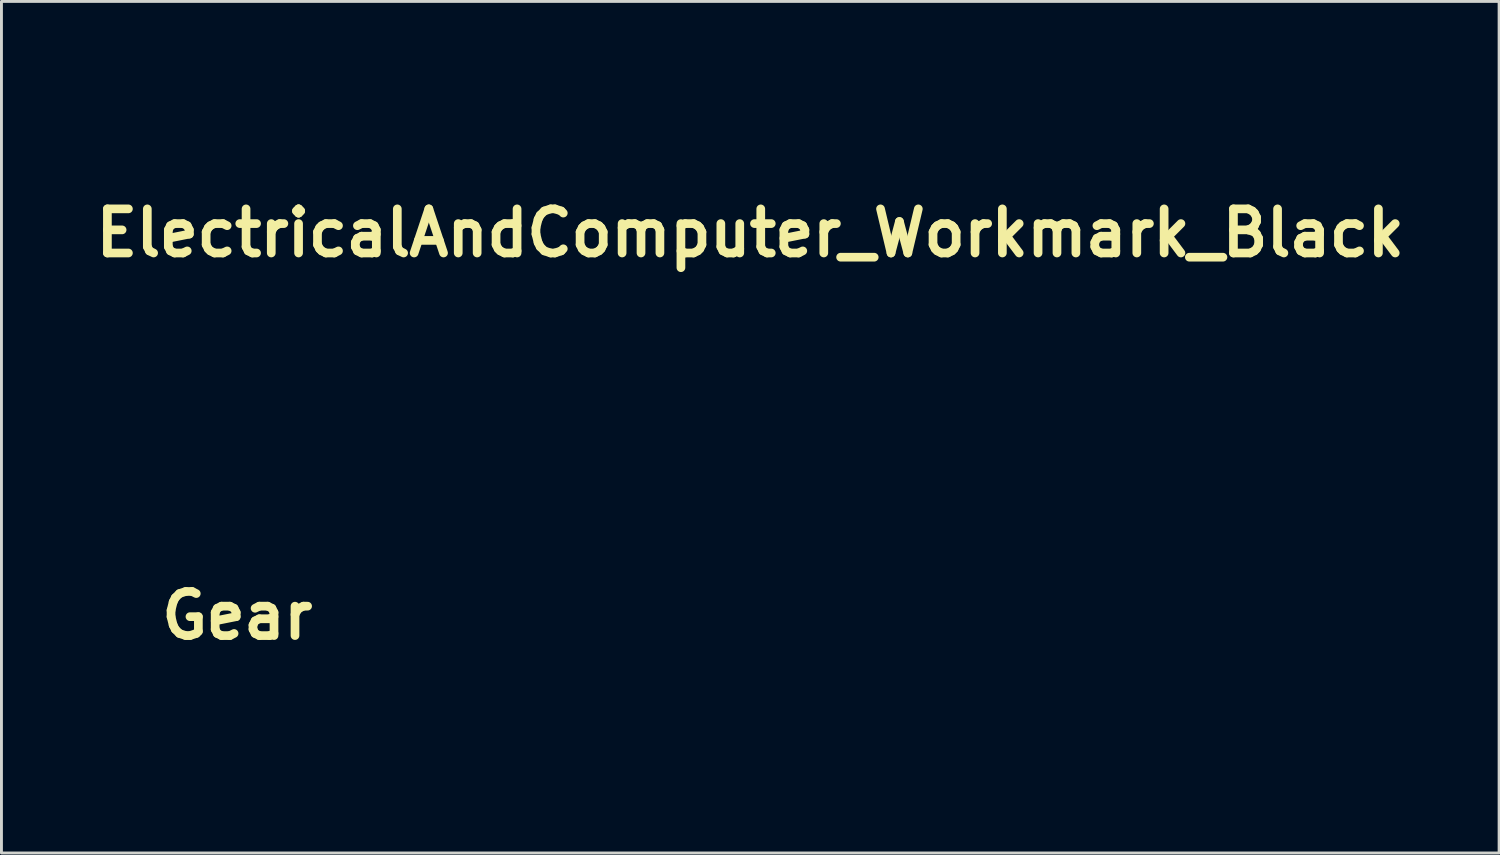
<source format=kicad_pcb>
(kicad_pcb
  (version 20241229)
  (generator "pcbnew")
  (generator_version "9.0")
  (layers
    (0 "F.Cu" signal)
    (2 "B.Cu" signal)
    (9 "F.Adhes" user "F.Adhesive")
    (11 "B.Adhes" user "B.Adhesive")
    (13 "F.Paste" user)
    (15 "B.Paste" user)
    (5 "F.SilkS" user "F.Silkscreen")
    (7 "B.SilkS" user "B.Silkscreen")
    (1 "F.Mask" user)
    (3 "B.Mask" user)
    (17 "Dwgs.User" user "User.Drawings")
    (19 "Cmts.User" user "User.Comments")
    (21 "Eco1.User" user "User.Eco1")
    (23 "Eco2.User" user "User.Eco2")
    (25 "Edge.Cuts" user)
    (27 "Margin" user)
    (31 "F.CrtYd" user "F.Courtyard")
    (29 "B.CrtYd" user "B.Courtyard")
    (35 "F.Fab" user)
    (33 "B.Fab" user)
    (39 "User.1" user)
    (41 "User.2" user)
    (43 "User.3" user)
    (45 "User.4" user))
  (footprint "ElectricalAndComputer_Workmark_Black"
    (layer "F.Cu")
    (at 22.867 5)
    (property "Reference" "ElectricalAndComputer_Workmark_Black" (at 0 0 0) (layer "F.SilkS") (effects (font (size 1.524 1.524) (thickness 0.3))))
    (attr through_hole)
    (fp_poly (pts (xy 19.494 5.016) (xy -19.473 5.016) (xy -19.473 -4.995) (xy 19.494 -4.995) (xy 19.494 5.016)) (stroke (width 0.01) (type solid)) (fill no) (layer "Eco2.User")))
  (footprint "Gear"
    (layer "F.Cu")
    (at 5.145 18.216)
    (property "Reference" "Gear" (at 0 0 0) (layer "F.SilkS") (effects (font (size 1.524 1.524) (thickness 0.3))))
    (attr through_hole)
    (fp_poly (pts (xy 5.14 5.195) (xy -5.14 5.195) (xy -5.14 -5.189) (xy 5.14 -5.189) (xy 5.14 5.195)) (stroke (width 0.01) (type solid)) (fill no) (layer "Eco2.User")))
  (gr_rect
    (start -3 -3)
    (end 48.735 26.416)
    (stroke (width 0.1) (type default))
    (fill no)
    (layer "Edge.Cuts")))
</source>
